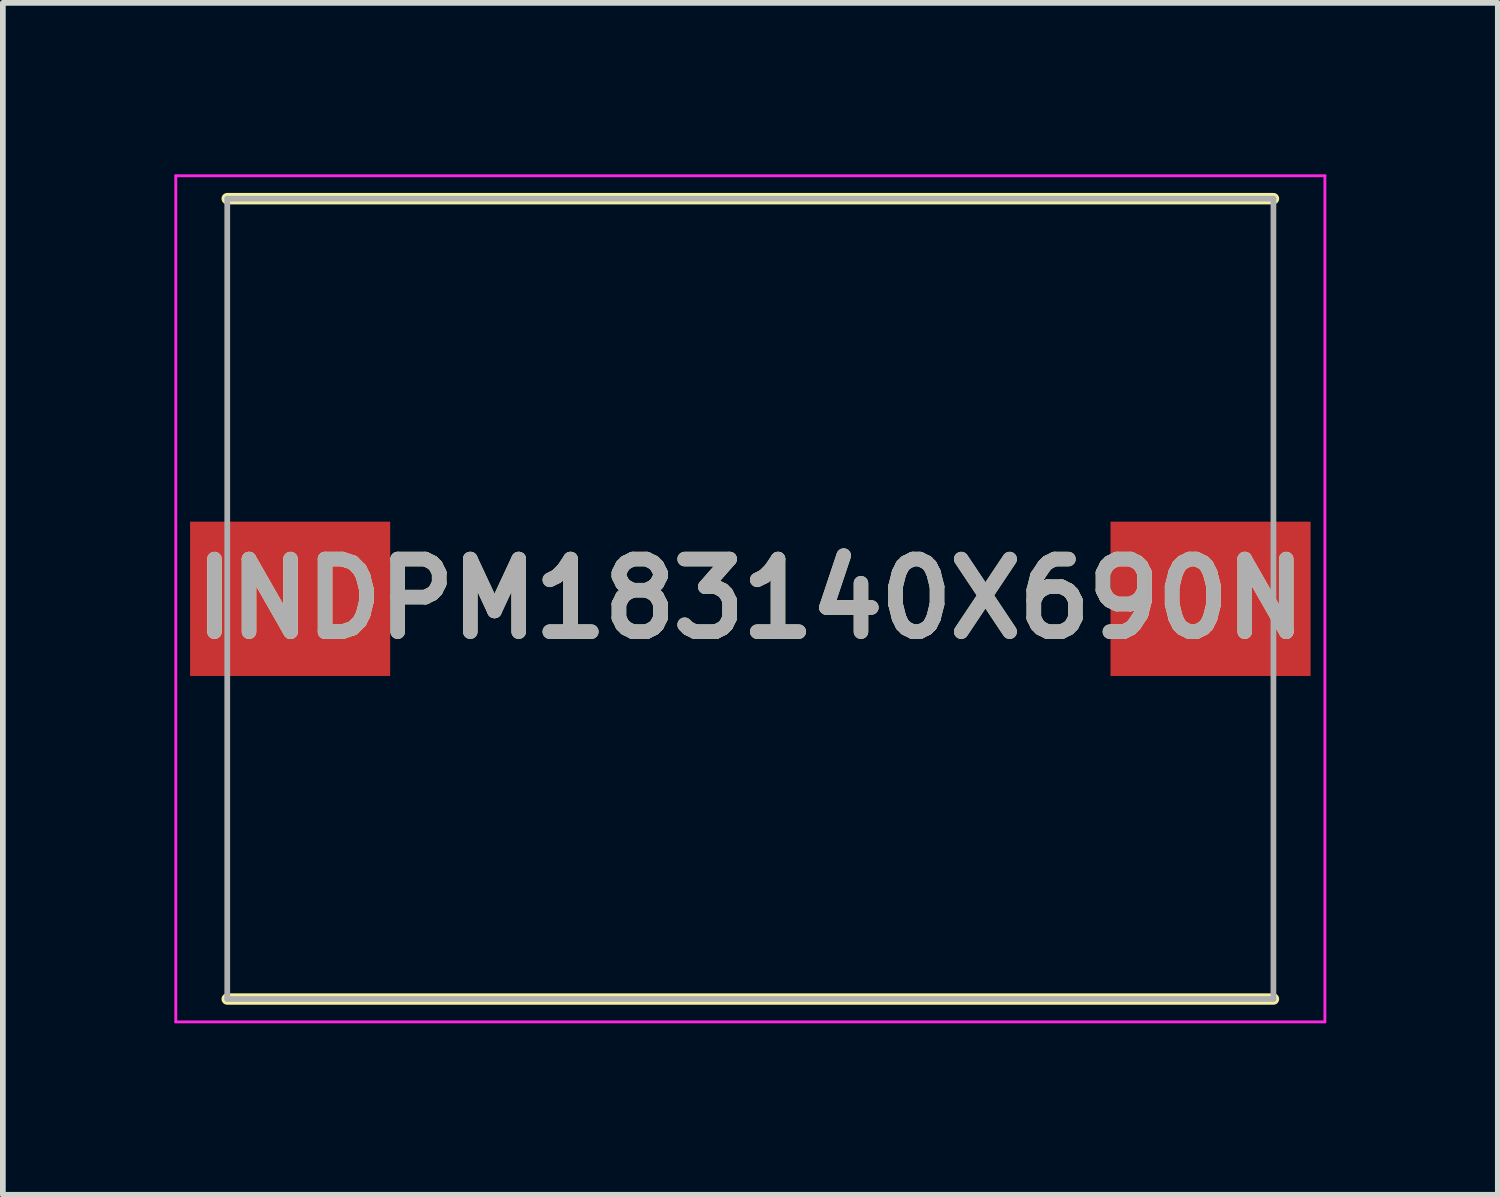
<source format=kicad_pcb>
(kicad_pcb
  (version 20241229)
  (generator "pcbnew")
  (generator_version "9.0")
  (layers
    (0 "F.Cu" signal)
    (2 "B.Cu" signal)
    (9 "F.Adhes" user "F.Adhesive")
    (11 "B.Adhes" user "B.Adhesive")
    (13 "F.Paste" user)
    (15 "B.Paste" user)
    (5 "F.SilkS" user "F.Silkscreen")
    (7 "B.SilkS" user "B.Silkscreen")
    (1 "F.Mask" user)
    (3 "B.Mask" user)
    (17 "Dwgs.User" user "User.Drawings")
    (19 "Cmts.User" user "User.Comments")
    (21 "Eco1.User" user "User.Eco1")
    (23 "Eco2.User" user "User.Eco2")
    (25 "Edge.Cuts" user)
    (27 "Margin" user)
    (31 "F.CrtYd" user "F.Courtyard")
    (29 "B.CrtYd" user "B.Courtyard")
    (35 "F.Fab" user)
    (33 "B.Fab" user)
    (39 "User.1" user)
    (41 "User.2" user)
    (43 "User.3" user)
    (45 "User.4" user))
  (footprint "INDPM183140X690N"
    (layer "F.Cu")
    (at 10.075 7.425)
    (property "Reference" "INDPM183140X690N" (at 0 0 0) (layer "F.SilkS") (effects (font (size 1.27 1.27) (thickness 0.254))))
    (attr smd)
    (fp_line (start -9.15 7) (end 9.15 7) (stroke (width 0.2) (type solid)) (layer "F.SilkS"))
    (fp_line (start 9.15 -7) (end -9.15 -7) (stroke (width 0.2) (type solid)) (layer "F.SilkS"))
    (fp_line (start -10.05 -7.4) (end 10.05 -7.4) (stroke (width 0.05) (type solid)) (layer "F.CrtYd"))
    (fp_line (start -10.05 7.4) (end -10.05 -7.4) (stroke (width 0.05) (type solid)) (layer "F.CrtYd"))
    (fp_line (start 10.05 -7.4) (end 10.05 7.4) (stroke (width 0.05) (type solid)) (layer "F.CrtYd"))
    (fp_line (start 10.05 7.4) (end -10.05 7.4) (stroke (width 0.05) (type solid)) (layer "F.CrtYd"))
    (fp_line (start -9.15 -7) (end 9.15 -7) (stroke (width 0.1) (type solid)) (layer "F.Fab"))
    (fp_line (start -9.15 7) (end -9.15 -7) (stroke (width 0.1) (type solid)) (layer "F.Fab"))
    (fp_line (start 9.15 -7) (end 9.15 7) (stroke (width 0.1) (type solid)) (layer "F.Fab"))
    (fp_line (start 9.15 7) (end -9.15 7) (stroke (width 0.1) (type solid)) (layer "F.Fab"))
    (fp_text user "${REFERENCE}" (at 0 0 0) (layer "F.Fab") (effects (font (size 1.27 1.27) (thickness 0.254))))
    (pad "1" smd rect (at -8.05 0 90) (size 2.7 3.5) (layers "F.Cu" "F.Mask" "F.Paste"))
    (pad "2" smd rect (at 8.05 0 90) (size 2.7 3.5) (layers "F.Cu" "F.Mask" "F.Paste")))
  (gr_rect
    (start -3 -3)
    (end 23.15 17.85)
    (stroke (width 0.1) (type default))
    (fill no)
    (layer "Edge.Cuts")))
</source>
